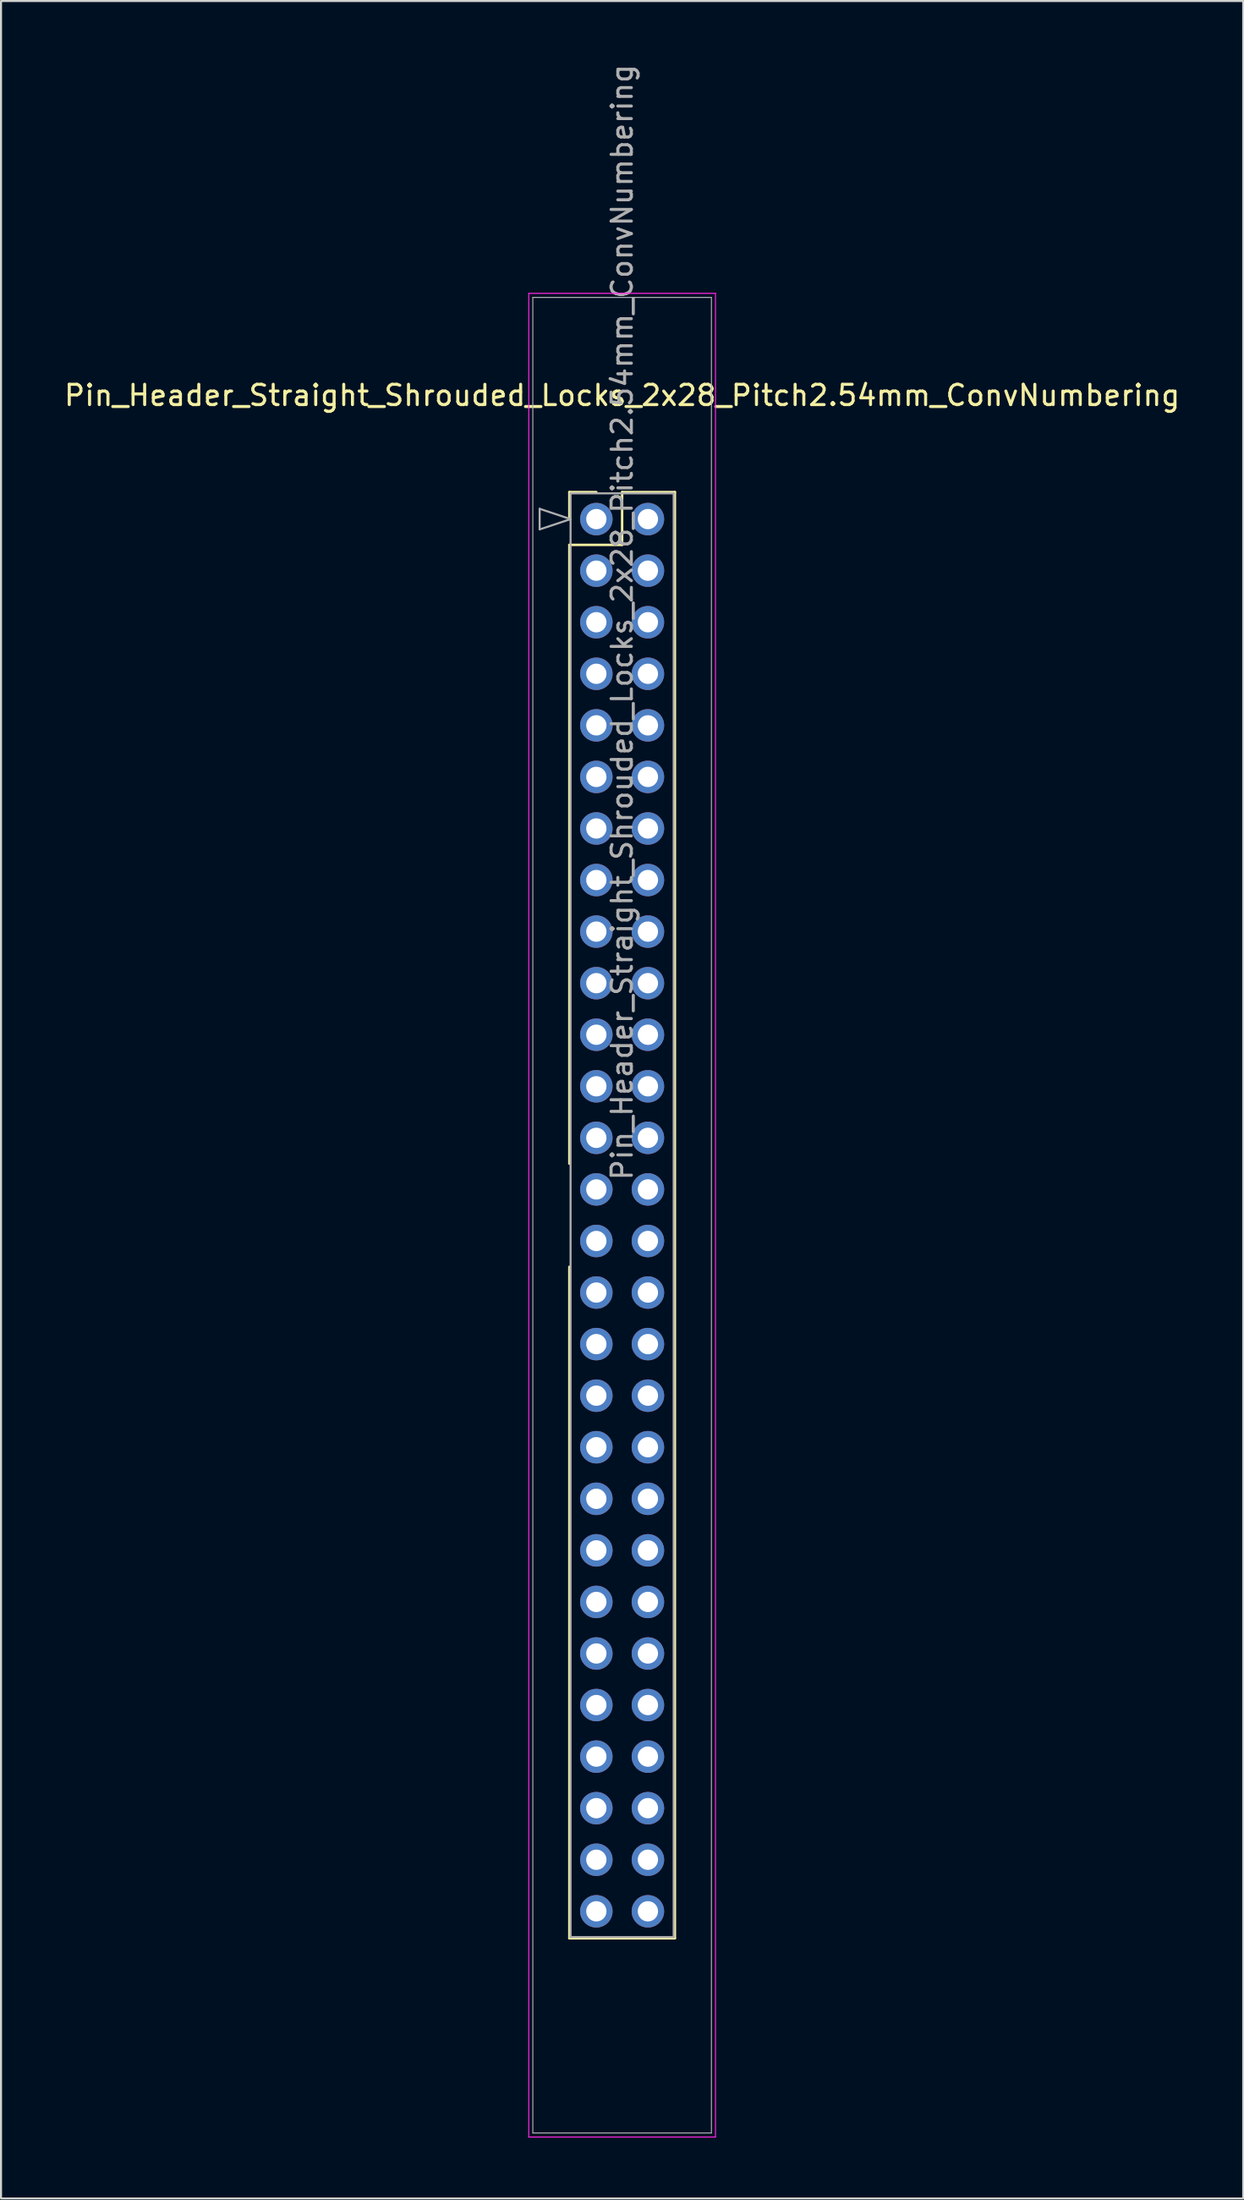
<source format=kicad_pcb>
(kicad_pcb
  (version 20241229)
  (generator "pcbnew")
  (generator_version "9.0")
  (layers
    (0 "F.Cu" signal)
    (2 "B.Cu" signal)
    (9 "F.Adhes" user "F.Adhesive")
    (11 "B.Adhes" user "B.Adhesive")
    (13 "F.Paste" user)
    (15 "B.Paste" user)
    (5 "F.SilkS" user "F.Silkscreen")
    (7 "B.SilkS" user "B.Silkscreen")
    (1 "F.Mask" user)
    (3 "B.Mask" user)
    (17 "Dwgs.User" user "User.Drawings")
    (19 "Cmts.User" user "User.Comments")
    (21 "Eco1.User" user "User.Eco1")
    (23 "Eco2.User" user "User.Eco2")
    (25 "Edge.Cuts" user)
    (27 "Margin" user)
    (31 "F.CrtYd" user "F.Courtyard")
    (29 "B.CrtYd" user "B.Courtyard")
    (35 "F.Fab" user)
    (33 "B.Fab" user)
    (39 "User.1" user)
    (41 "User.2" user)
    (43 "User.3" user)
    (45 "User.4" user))
  (footprint "Pin_Header_Straight_Shrouded_Locks_2x28_Pitch2.54mm_ConvNumbering"
    (layer "F.Cu")
    (at 26.331 22.521)
    (property "Reference" "Pin_Header_Straight_Shrouded_Locks_2x28_Pitch2.54mm_ConvNumbering" (at 1.27 -6.096 0) (layer "F.SilkS") (effects (font (size 1 1) (thickness 0.15))))
    (attr through_hole)
    (fp_line (start -1.33 -1.33) (end 0 -1.33) (stroke (width 0.12) (type solid)) (layer "F.SilkS"))
    (fp_line (start -1.33 0) (end -1.33 -1.33) (stroke (width 0.12) (type solid)) (layer "F.SilkS"))
    (fp_line (start -1.33 1.27) (end -1.33 31.75) (stroke (width 0.12) (type solid)) (layer "F.SilkS"))
    (fp_line (start -1.33 1.27) (end 1.27 1.27) (stroke (width 0.12) (type solid)) (layer "F.SilkS"))
    (fp_line (start -1.33 36.83) (end -1.33 69.91) (stroke (width 0.12) (type solid)) (layer "F.SilkS"))
    (fp_line (start -1.33 69.91) (end 3.87 69.91) (stroke (width 0.12) (type solid)) (layer "F.SilkS"))
    (fp_line (start 1.27 -1.33) (end 3.87 -1.33) (stroke (width 0.12) (type solid)) (layer "F.SilkS"))
    (fp_line (start 1.27 1.27) (end 1.27 -1.33) (stroke (width 0.12) (type solid)) (layer "F.SilkS"))
    (fp_line (start 3.87 -1.33) (end 3.87 69.91) (stroke (width 0.12) (type solid)) (layer "F.SilkS"))
    (fp_line (start -3.33 -11.12) (end -3.33 79.7) (stroke (width 0.05) (type solid)) (layer "F.CrtYd"))
    (fp_line (start -3.33 79.7) (end 5.87 79.7) (stroke (width 0.05) (type solid)) (layer "F.CrtYd"))
    (fp_line (start 5.87 -11.12) (end -3.33 -11.12) (stroke (width 0.05) (type solid)) (layer "F.CrtYd"))
    (fp_line (start 5.87 79.7) (end 5.87 -11.12) (stroke (width 0.05) (type solid)) (layer "F.CrtYd"))
    (fp_line (start -3.13 -10.92) (end -3.13 79.5) (stroke (width 0.05) (type solid)) (layer "F.Fab"))
    (fp_line (start -3.13 79.5) (end 5.67 79.5) (stroke (width 0.05) (type solid)) (layer "F.Fab"))
    (fp_line (start -2.794 -0.508) (end -1.27 0) (stroke (width 0.1) (type solid)) (layer "F.Fab"))
    (fp_line (start -2.794 0.508) (end -2.794 -0.508) (stroke (width 0.1) (type solid)) (layer "F.Fab"))
    (fp_line (start -1.27 -1.27) (end -1.27 69.85) (stroke (width 0.1) (type solid)) (layer "F.Fab"))
    (fp_line (start -1.27 0) (end -2.794 0.508) (stroke (width 0.1) (type solid)) (layer "F.Fab"))
    (fp_line (start -1.27 69.85) (end 3.81 69.85) (stroke (width 0.1) (type solid)) (layer "F.Fab"))
    (fp_line (start 3.81 -1.27) (end -1.27 -1.27) (stroke (width 0.1) (type solid)) (layer "F.Fab"))
    (fp_line (start 3.81 69.85) (end 3.81 -1.27) (stroke (width 0.1) (type solid)) (layer "F.Fab"))
    (fp_line (start 5.67 -10.92) (end -3.13 -10.92) (stroke (width 0.05) (type solid)) (layer "F.Fab"))
    (fp_line (start 5.67 79.5) (end 5.67 -10.92) (stroke (width 0.05) (type solid)) (layer "F.Fab"))
    (fp_text user "${REFERENCE}" (at 1.27 5.08 90) (layer "F.Fab") (effects (font (size 1 1) (thickness 0.15))))
    (pad "1" thru_hole oval (at 0 0) (size 1.6 1.6) (drill 1) (layers "*.Cu" "*.Mask"))
    (pad "2" thru_hole oval (at 2.54 0) (size 1.6 1.6) (drill 1) (layers "*.Cu" "*.Mask"))
    (pad "3" thru_hole oval (at 0 2.54) (size 1.6 1.6) (drill 1) (layers "*.Cu" "*.Mask"))
    (pad "4" thru_hole oval (at 2.54 2.54) (size 1.6 1.6) (drill 1) (layers "*.Cu" "*.Mask"))
    (pad "5" thru_hole oval (at 0 5.08) (size 1.6 1.6) (drill 1) (layers "*.Cu" "*.Mask"))
    (pad "6" thru_hole oval (at 2.54 5.08) (size 1.6 1.6) (drill 1) (layers "*.Cu" "*.Mask"))
    (pad "7" thru_hole oval (at 0 7.62) (size 1.6 1.6) (drill 1) (layers "*.Cu" "*.Mask"))
    (pad "8" thru_hole oval (at 2.54 7.62) (size 1.6 1.6) (drill 1) (layers "*.Cu" "*.Mask"))
    (pad "9" thru_hole oval (at 0 10.16) (size 1.6 1.6) (drill 1) (layers "*.Cu" "*.Mask"))
    (pad "10" thru_hole oval (at 2.54 10.16) (size 1.6 1.6) (drill 1) (layers "*.Cu" "*.Mask"))
    (pad "11" thru_hole oval (at 0 12.7) (size 1.6 1.6) (drill 1) (layers "*.Cu" "*.Mask"))
    (pad "12" thru_hole oval (at 2.54 12.7) (size 1.6 1.6) (drill 1) (layers "*.Cu" "*.Mask"))
    (pad "13" thru_hole oval (at 0 15.24) (size 1.6 1.6) (drill 1) (layers "*.Cu" "*.Mask"))
    (pad "14" thru_hole oval (at 2.54 15.24) (size 1.6 1.6) (drill 1) (layers "*.Cu" "*.Mask"))
    (pad "15" thru_hole oval (at 0 17.78) (size 1.6 1.6) (drill 1) (layers "*.Cu" "*.Mask"))
    (pad "16" thru_hole oval (at 2.54 17.78) (size 1.6 1.6) (drill 1) (layers "*.Cu" "*.Mask"))
    (pad "17" thru_hole oval (at 0 20.32) (size 1.6 1.6) (drill 1) (layers "*.Cu" "*.Mask"))
    (pad "18" thru_hole oval (at 2.54 20.32) (size 1.6 1.6) (drill 1) (layers "*.Cu" "*.Mask"))
    (pad "19" thru_hole oval (at 0 22.86) (size 1.6 1.6) (drill 1) (layers "*.Cu" "*.Mask"))
    (pad "20" thru_hole oval (at 2.54 22.86) (size 1.6 1.6) (drill 1) (layers "*.Cu" "*.Mask"))
    (pad "21" thru_hole oval (at 0 25.4) (size 1.6 1.6) (drill 1) (layers "*.Cu" "*.Mask"))
    (pad "22" thru_hole oval (at 2.54 25.4) (size 1.6 1.6) (drill 1) (layers "*.Cu" "*.Mask"))
    (pad "23" thru_hole oval (at 0 27.94) (size 1.6 1.6) (drill 1) (layers "*.Cu" "*.Mask"))
    (pad "24" thru_hole oval (at 2.54 27.94) (size 1.6 1.6) (drill 1) (layers "*.Cu" "*.Mask"))
    (pad "25" thru_hole oval (at 0 30.48) (size 1.6 1.6) (drill 1) (layers "*.Cu" "*.Mask"))
    (pad "26" thru_hole oval (at 2.54 30.48) (size 1.6 1.6) (drill 1) (layers "*.Cu" "*.Mask"))
    (pad "27" thru_hole oval (at 0 33.02) (size 1.6 1.6) (drill 1) (layers "*.Cu" "*.Mask"))
    (pad "28" thru_hole oval (at 2.54 33.02) (size 1.6 1.6) (drill 1) (layers "*.Cu" "*.Mask"))
    (pad "29" thru_hole oval (at 0 35.56) (size 1.6 1.6) (drill 1) (layers "*.Cu" "*.Mask"))
    (pad "30" thru_hole oval (at 2.54 35.56) (size 1.6 1.6) (drill 1) (layers "*.Cu" "*.Mask"))
    (pad "31" thru_hole oval (at 0 38.1) (size 1.6 1.6) (drill 1) (layers "*.Cu" "*.Mask"))
    (pad "32" thru_hole oval (at 2.54 38.1) (size 1.6 1.6) (drill 1) (layers "*.Cu" "*.Mask"))
    (pad "33" thru_hole oval (at 0 40.64) (size 1.6 1.6) (drill 1) (layers "*.Cu" "*.Mask"))
    (pad "34" thru_hole oval (at 2.54 40.64) (size 1.6 1.6) (drill 1) (layers "*.Cu" "*.Mask"))
    (pad "35" thru_hole oval (at 0 43.18) (size 1.6 1.6) (drill 1) (layers "*.Cu" "*.Mask"))
    (pad "36" thru_hole oval (at 2.54 43.18) (size 1.6 1.6) (drill 1) (layers "*.Cu" "*.Mask"))
    (pad "37" thru_hole oval (at 0 45.72) (size 1.6 1.6) (drill 1) (layers "*.Cu" "*.Mask"))
    (pad "38" thru_hole oval (at 2.54 45.72) (size 1.6 1.6) (drill 1) (layers "*.Cu" "*.Mask"))
    (pad "39" thru_hole oval (at 0 48.26) (size 1.6 1.6) (drill 1) (layers "*.Cu" "*.Mask"))
    (pad "40" thru_hole oval (at 2.54 48.26) (size 1.6 1.6) (drill 1) (layers "*.Cu" "*.Mask"))
    (pad "41" thru_hole oval (at 0 50.8) (size 1.6 1.6) (drill 1) (layers "*.Cu" "*.Mask"))
    (pad "42" thru_hole oval (at 2.54 50.8) (size 1.6 1.6) (drill 1) (layers "*.Cu" "*.Mask"))
    (pad "43" thru_hole oval (at 0 53.34) (size 1.6 1.6) (drill 1) (layers "*.Cu" "*.Mask"))
    (pad "44" thru_hole oval (at 2.54 53.34) (size 1.6 1.6) (drill 1) (layers "*.Cu" "*.Mask"))
    (pad "45" thru_hole oval (at 0 55.88) (size 1.6 1.6) (drill 1) (layers "*.Cu" "*.Mask"))
    (pad "46" thru_hole oval (at 2.54 55.88) (size 1.6 1.6) (drill 1) (layers "*.Cu" "*.Mask"))
    (pad "47" thru_hole oval (at 0 58.42) (size 1.6 1.6) (drill 1) (layers "*.Cu" "*.Mask"))
    (pad "48" thru_hole oval (at 2.54 58.42) (size 1.6 1.6) (drill 1) (layers "*.Cu" "*.Mask"))
    (pad "49" thru_hole oval (at 0 60.96) (size 1.6 1.6) (drill 1) (layers "*.Cu" "*.Mask"))
    (pad "50" thru_hole oval (at 2.54 60.96) (size 1.6 1.6) (drill 1) (layers "*.Cu" "*.Mask"))
    (pad "51" thru_hole oval (at 0 63.5) (size 1.6 1.6) (drill 1) (layers "*.Cu" "*.Mask"))
    (pad "52" thru_hole oval (at 2.54 63.5) (size 1.6 1.6) (drill 1) (layers "*.Cu" "*.Mask"))
    (pad "53" thru_hole oval (at 0 66.04) (size 1.6 1.6) (drill 1) (layers "*.Cu" "*.Mask"))
    (pad "54" thru_hole oval (at 2.54 66.04) (size 1.6 1.6) (drill 1) (layers "*.Cu" "*.Mask"))
    (pad "55" thru_hole oval (at 0 68.58) (size 1.6 1.6) (drill 1) (layers "*.Cu" "*.Mask"))
    (pad "56" thru_hole oval (at 2.54 68.58) (size 1.6 1.6) (drill 1) (layers "*.Cu" "*.Mask")))
  (gr_rect
    (start -3 -3)
    (end 58.202 105.246)
    (stroke (width 0.1) (type default))
    (fill no)
    (layer "Edge.Cuts")))
</source>
